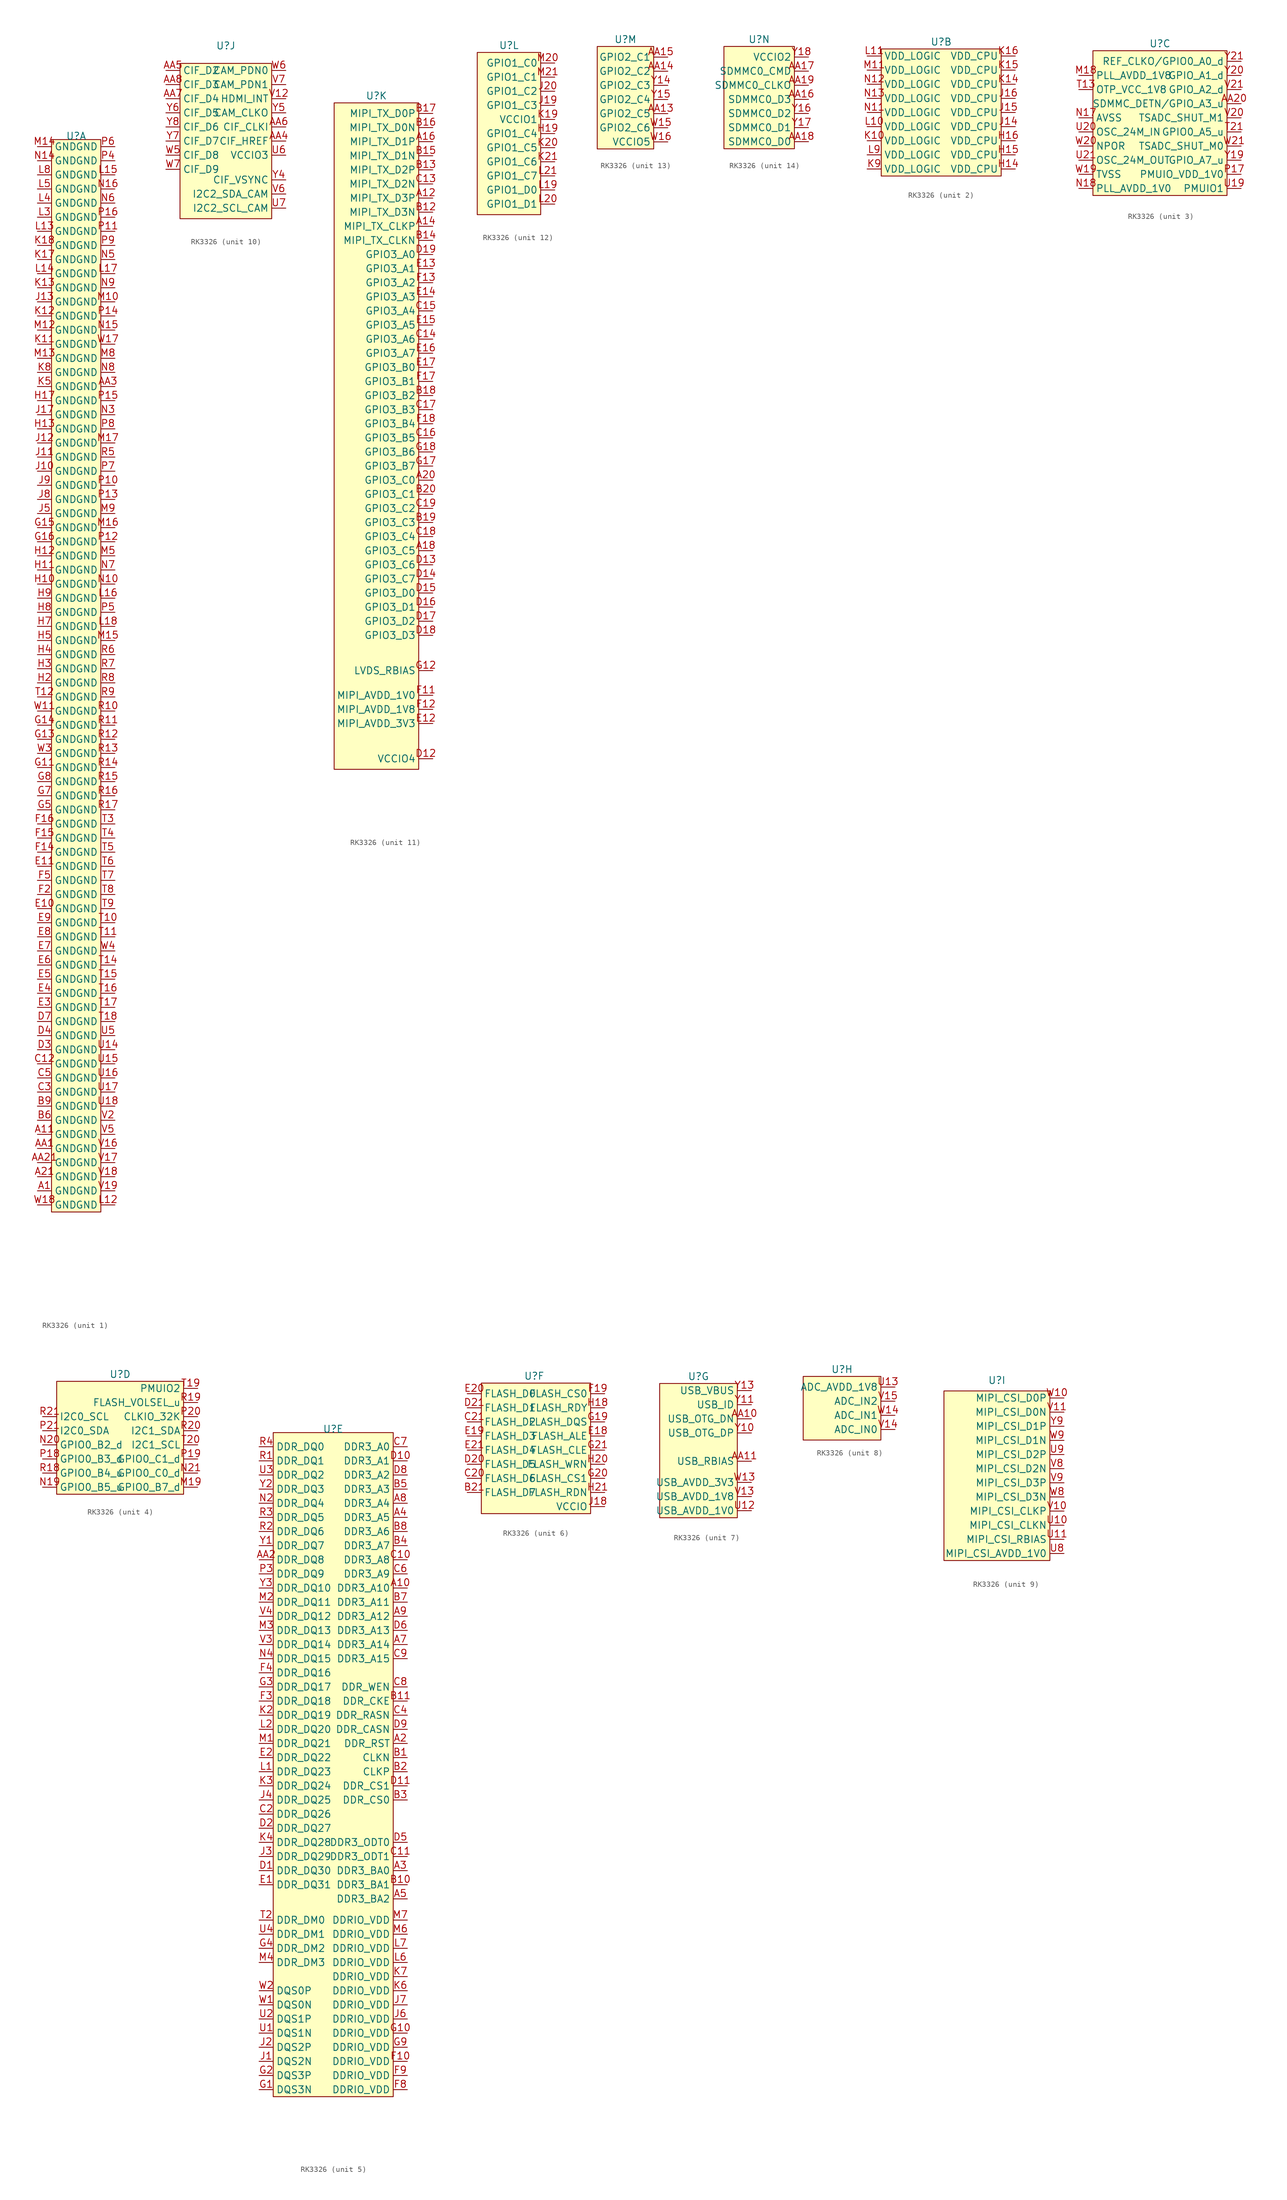
<source format=kicad_sym>
(kicad_symbol_lib
  (version 20220914)
  (generator kicad_symbol_editor)
  (symbol "RK3326"
    (property "Reference" "U"
      (at 0 0 0)
      (effects (font (size 1.27 1.27))))
    (property "Value" ""
      (at 0 0 0)
      (effects (font (size 1.27 1.27))))
    (symbol "RK3326_1_1"
      (rectangle (start -4.445 -0.635) (end 4.445 -193.675) (stroke (width 0) (type default)) (fill (type background)))
      (pin passive line (at -6.985 -189.865 0) (length 2.54) (name "GND" (effects (font (size 1.27 1.27)))) (number "A1" (effects (font (size 1.27 1.27)))))
      (pin passive line (at -6.985 -179.705 0) (length 2.54) (name "GND" (effects (font (size 1.27 1.27)))) (number "A11" (effects (font (size 1.27 1.27)))))
      (pin passive line (at -6.985 -187.325 0) (length 2.54) (name "GND" (effects (font (size 1.27 1.27)))) (number "A21" (effects (font (size 1.27 1.27)))))
      (pin passive line (at -6.985 -182.245 0) (length 2.54) (name "GND" (effects (font (size 1.27 1.27)))) (number "AA1" (effects (font (size 1.27 1.27)))))
      (pin passive line (at -6.985 -184.785 0) (length 2.54) (name "GND" (effects (font (size 1.27 1.27)))) (number "AA21" (effects (font (size 1.27 1.27)))))
      (pin passive line (at 6.985 -45.085 180) (length 2.54) (name "GND" (effects (font (size 1.27 1.27)))) (number "AA3" (effects (font (size 1.27 1.27)))))
      (pin passive line (at -6.985 -177.165 0) (length 2.54) (name "GND" (effects (font (size 1.27 1.27)))) (number "B6" (effects (font (size 1.27 1.27)))))
      (pin passive line (at -6.985 -174.625 0) (length 2.54) (name "GND" (effects (font (size 1.27 1.27)))) (number "B9" (effects (font (size 1.27 1.27)))))
      (pin passive line (at -6.985 -167.005 0) (length 2.54) (name "GND" (effects (font (size 1.27 1.27)))) (number "C12" (effects (font (size 1.27 1.27)))))
      (pin passive line (at -6.985 -172.085 0) (length 2.54) (name "GND" (effects (font (size 1.27 1.27)))) (number "C3" (effects (font (size 1.27 1.27)))))
      (pin passive line (at -6.985 -169.545 0) (length 2.54) (name "GND" (effects (font (size 1.27 1.27)))) (number "C5" (effects (font (size 1.27 1.27)))))
      (pin passive line (at -6.985 -164.465 0) (length 2.54) (name "GND" (effects (font (size 1.27 1.27)))) (number "D3" (effects (font (size 1.27 1.27)))))
      (pin passive line (at -6.985 -161.925 0) (length 2.54) (name "GND" (effects (font (size 1.27 1.27)))) (number "D4" (effects (font (size 1.27 1.27)))))
      (pin passive line (at -6.985 -159.385 0) (length 2.54) (name "GND" (effects (font (size 1.27 1.27)))) (number "D7" (effects (font (size 1.27 1.27)))))
      (pin passive line (at -6.985 -139.065 0) (length 2.54) (name "GND" (effects (font (size 1.27 1.27)))) (number "E10" (effects (font (size 1.27 1.27)))))
      (pin passive line (at -6.985 -131.445 0) (length 2.54) (name "GND" (effects (font (size 1.27 1.27)))) (number "E11" (effects (font (size 1.27 1.27)))))
      (pin passive line (at -6.985 -156.845 0) (length 2.54) (name "GND" (effects (font (size 1.27 1.27)))) (number "E3" (effects (font (size 1.27 1.27)))))
      (pin passive line (at -6.985 -154.305 0) (length 2.54) (name "GND" (effects (font (size 1.27 1.27)))) (number "E4" (effects (font (size 1.27 1.27)))))
      (pin passive line (at -6.985 -151.765 0) (length 2.54) (name "GND" (effects (font (size 1.27 1.27)))) (number "E5" (effects (font (size 1.27 1.27)))))
      (pin passive line (at -6.985 -149.225 0) (length 2.54) (name "GND" (effects (font (size 1.27 1.27)))) (number "E6" (effects (font (size 1.27 1.27)))))
      (pin passive line (at -6.985 -146.685 0) (length 2.54) (name "GND" (effects (font (size 1.27 1.27)))) (number "E7" (effects (font (size 1.27 1.27)))))
      (pin passive line (at -6.985 -144.145 0) (length 2.54) (name "GND" (effects (font (size 1.27 1.27)))) (number "E8" (effects (font (size 1.27 1.27)))))
      (pin passive line (at -6.985 -141.605 0) (length 2.54) (name "GND" (effects (font (size 1.27 1.27)))) (number "E9" (effects (font (size 1.27 1.27)))))
      (pin passive line (at -6.985 -128.905 0) (length 2.54) (name "GND" (effects (font (size 1.27 1.27)))) (number "F14" (effects (font (size 1.27 1.27)))))
      (pin passive line (at -6.985 -126.365 0) (length 2.54) (name "GND" (effects (font (size 1.27 1.27)))) (number "F15" (effects (font (size 1.27 1.27)))))
      (pin passive line (at -6.985 -123.825 0) (length 2.54) (name "GND" (effects (font (size 1.27 1.27)))) (number "F16" (effects (font (size 1.27 1.27)))))
      (pin passive line (at -6.985 -136.525 0) (length 2.54) (name "GND" (effects (font (size 1.27 1.27)))) (number "F2" (effects (font (size 1.27 1.27)))))
      (pin passive line (at -6.985 -133.985 0) (length 2.54) (name "GND" (effects (font (size 1.27 1.27)))) (number "F5" (effects (font (size 1.27 1.27)))))
      (pin passive line (at -6.985 -113.665 0) (length 2.54) (name "GND" (effects (font (size 1.27 1.27)))) (number "G11" (effects (font (size 1.27 1.27)))))
      (pin passive line (at -6.985 -108.585 0) (length 2.54) (name "GND" (effects (font (size 1.27 1.27)))) (number "G13" (effects (font (size 1.27 1.27)))))
      (pin passive line (at -6.985 -106.045 0) (length 2.54) (name "GND" (effects (font (size 1.27 1.27)))) (number "G14" (effects (font (size 1.27 1.27)))))
      (pin passive line (at -6.985 -70.485 0) (length 2.54) (name "GND" (effects (font (size 1.27 1.27)))) (number "G15" (effects (font (size 1.27 1.27)))))
      (pin passive line (at -6.985 -73.025 0) (length 2.54) (name "GND" (effects (font (size 1.27 1.27)))) (number "G16" (effects (font (size 1.27 1.27)))))
      (pin passive line (at -6.985 -121.285 0) (length 2.54) (name "GND" (effects (font (size 1.27 1.27)))) (number "G5" (effects (font (size 1.27 1.27)))))
      (pin passive line (at -6.985 -118.745 0) (length 2.54) (name "GND" (effects (font (size 1.27 1.27)))) (number "G7" (effects (font (size 1.27 1.27)))))
      (pin passive line (at -6.985 -116.205 0) (length 2.54) (name "GND" (effects (font (size 1.27 1.27)))) (number "G8" (effects (font (size 1.27 1.27)))))
      (pin passive line (at -6.985 -80.645 0) (length 2.54) (name "GND" (effects (font (size 1.27 1.27)))) (number "H10" (effects (font (size 1.27 1.27)))))
      (pin passive line (at -6.985 -78.105 0) (length 2.54) (name "GND" (effects (font (size 1.27 1.27)))) (number "H11" (effects (font (size 1.27 1.27)))))
      (pin passive line (at -6.985 -75.565 0) (length 2.54) (name "GND" (effects (font (size 1.27 1.27)))) (number "H12" (effects (font (size 1.27 1.27)))))
      (pin passive line (at -6.985 -52.705 0) (length 2.54) (name "GND" (effects (font (size 1.27 1.27)))) (number "H13" (effects (font (size 1.27 1.27)))))
      (pin passive line (at -6.985 -47.625 0) (length 2.54) (name "GND" (effects (font (size 1.27 1.27)))) (number "H17" (effects (font (size 1.27 1.27)))))
      (pin passive line (at -6.985 -98.425 0) (length 2.54) (name "GND" (effects (font (size 1.27 1.27)))) (number "H2" (effects (font (size 1.27 1.27)))))
      (pin passive line (at -6.985 -95.885 0) (length 2.54) (name "GND" (effects (font (size 1.27 1.27)))) (number "H3" (effects (font (size 1.27 1.27)))))
      (pin passive line (at -6.985 -93.345 0) (length 2.54) (name "GND" (effects (font (size 1.27 1.27)))) (number "H4" (effects (font (size 1.27 1.27)))))
      (pin passive line (at -6.985 -90.805 0) (length 2.54) (name "GND" (effects (font (size 1.27 1.27)))) (number "H5" (effects (font (size 1.27 1.27)))))
      (pin passive line (at -6.985 -88.265 0) (length 2.54) (name "GND" (effects (font (size 1.27 1.27)))) (number "H7" (effects (font (size 1.27 1.27)))))
      (pin passive line (at -6.985 -85.725 0) (length 2.54) (name "GND" (effects (font (size 1.27 1.27)))) (number "H8" (effects (font (size 1.27 1.27)))))
      (pin passive line (at -6.985 -83.185 0) (length 2.54) (name "GND" (effects (font (size 1.27 1.27)))) (number "H9" (effects (font (size 1.27 1.27)))))
      (pin passive line (at -6.985 -60.325 0) (length 2.54) (name "GND" (effects (font (size 1.27 1.27)))) (number "J10" (effects (font (size 1.27 1.27)))))
      (pin passive line (at -6.985 -57.785 0) (length 2.54) (name "GND" (effects (font (size 1.27 1.27)))) (number "J11" (effects (font (size 1.27 1.27)))))
      (pin passive line (at -6.985 -55.245 0) (length 2.54) (name "GND" (effects (font (size 1.27 1.27)))) (number "J12" (effects (font (size 1.27 1.27)))))
      (pin passive line (at -6.985 -29.845 0) (length 2.54) (name "GND" (effects (font (size 1.27 1.27)))) (number "J13" (effects (font (size 1.27 1.27)))))
      (pin passive line (at -6.985 -50.165 0) (length 2.54) (name "GND" (effects (font (size 1.27 1.27)))) (number "J17" (effects (font (size 1.27 1.27)))))
      (pin passive line (at -6.985 -67.945 0) (length 2.54) (name "GND" (effects (font (size 1.27 1.27)))) (number "J5" (effects (font (size 1.27 1.27)))))
      (pin passive line (at -6.985 -65.405 0) (length 2.54) (name "GND" (effects (font (size 1.27 1.27)))) (number "J8" (effects (font (size 1.27 1.27)))))
      (pin passive line (at -6.985 -62.865 0) (length 2.54) (name "GND" (effects (font (size 1.27 1.27)))) (number "J9" (effects (font (size 1.27 1.27)))))
      (pin passive line (at -6.985 -37.465 0) (length 2.54) (name "GND" (effects (font (size 1.27 1.27)))) (number "K11" (effects (font (size 1.27 1.27)))))
      (pin passive line (at -6.985 -32.385 0) (length 2.54) (name "GND" (effects (font (size 1.27 1.27)))) (number "K12" (effects (font (size 1.27 1.27)))))
      (pin passive line (at -6.985 -27.305 0) (length 2.54) (name "GND" (effects (font (size 1.27 1.27)))) (number "K13" (effects (font (size 1.27 1.27)))))
      (pin passive line (at -6.985 -22.225 0) (length 2.54) (name "GND" (effects (font (size 1.27 1.27)))) (number "K17" (effects (font (size 1.27 1.27)))))
      (pin passive line (at -6.985 -19.685 0) (length 2.54) (name "GND" (effects (font (size 1.27 1.27)))) (number "K18" (effects (font (size 1.27 1.27)))))
      (pin passive line (at -6.985 -45.085 0) (length 2.54) (name "GND" (effects (font (size 1.27 1.27)))) (number "K5" (effects (font (size 1.27 1.27)))))
      (pin passive line (at -6.985 -42.545 0) (length 2.54) (name "GND" (effects (font (size 1.27 1.27)))) (number "K8" (effects (font (size 1.27 1.27)))))
      (pin passive line (at 6.985 -192.405 180) (length 2.54) (name "GND" (effects (font (size 1.27 1.27)))) (number "L12" (effects (font (size 1.27 1.27)))))
      (pin passive line (at -6.985 -17.145 0) (length 2.54) (name "GND" (effects (font (size 1.27 1.27)))) (number "L13" (effects (font (size 1.27 1.27)))))
      (pin passive line (at -6.985 -24.765 0) (length 2.54) (name "GND" (effects (font (size 1.27 1.27)))) (number "L14" (effects (font (size 1.27 1.27)))))
      (pin passive line (at 6.985 -6.985 180) (length 2.54) (name "GND" (effects (font (size 1.27 1.27)))) (number "L15" (effects (font (size 1.27 1.27)))))
      (pin passive line (at 6.985 -83.185 180) (length 2.54) (name "GND" (effects (font (size 1.27 1.27)))) (number "L16" (effects (font (size 1.27 1.27)))))
      (pin passive line (at 6.985 -24.765 180) (length 2.54) (name "GND" (effects (font (size 1.27 1.27)))) (number "L17" (effects (font (size 1.27 1.27)))))
      (pin passive line (at 6.985 -88.265 180) (length 2.54) (name "GND" (effects (font (size 1.27 1.27)))) (number "L18" (effects (font (size 1.27 1.27)))))
      (pin passive line (at -6.985 -14.605 0) (length 2.54) (name "GND" (effects (font (size 1.27 1.27)))) (number "L3" (effects (font (size 1.27 1.27)))))
      (pin passive line (at -6.985 -12.065 0) (length 2.54) (name "GND" (effects (font (size 1.27 1.27)))) (number "L4" (effects (font (size 1.27 1.27)))))
      (pin passive line (at -6.985 -9.525 0) (length 2.54) (name "GND" (effects (font (size 1.27 1.27)))) (number "L5" (effects (font (size 1.27 1.27)))))
      (pin passive line (at -6.985 -6.985 0) (length 2.54) (name "GND" (effects (font (size 1.27 1.27)))) (number "L8" (effects (font (size 1.27 1.27)))))
      (pin passive line (at 6.985 -29.845 180) (length 2.54) (name "GND" (effects (font (size 1.27 1.27)))) (number "M10" (effects (font (size 1.27 1.27)))))
      (pin passive line (at -6.985 -34.925 0) (length 2.54) (name "GND" (effects (font (size 1.27 1.27)))) (number "M12" (effects (font (size 1.27 1.27)))))
      (pin passive line (at -6.985 -40.005 0) (length 2.54) (name "GND" (effects (font (size 1.27 1.27)))) (number "M13" (effects (font (size 1.27 1.27)))))
      (pin passive line (at -6.985 -1.905 0) (length 2.54) (name "GND" (effects (font (size 1.27 1.27)))) (number "M14" (effects (font (size 1.27 1.27)))))
      (pin passive line (at 6.985 -90.805 180) (length 2.54) (name "GND" (effects (font (size 1.27 1.27)))) (number "M15" (effects (font (size 1.27 1.27)))))
      (pin passive line (at 6.985 -70.485 180) (length 2.54) (name "GND" (effects (font (size 1.27 1.27)))) (number "M16" (effects (font (size 1.27 1.27)))))
      (pin passive line (at 6.985 -55.245 180) (length 2.54) (name "GND" (effects (font (size 1.27 1.27)))) (number "M17" (effects (font (size 1.27 1.27)))))
      (pin passive line (at 6.985 -75.565 180) (length 2.54) (name "GND" (effects (font (size 1.27 1.27)))) (number "M5" (effects (font (size 1.27 1.27)))))
      (pin passive line (at 6.985 -40.005 180) (length 2.54) (name "GND" (effects (font (size 1.27 1.27)))) (number "M8" (effects (font (size 1.27 1.27)))))
      (pin passive line (at 6.985 -67.945 180) (length 2.54) (name "GND" (effects (font (size 1.27 1.27)))) (number "M9" (effects (font (size 1.27 1.27)))))
      (pin passive line (at 6.985 -80.645 180) (length 2.54) (name "GND" (effects (font (size 1.27 1.27)))) (number "N10" (effects (font (size 1.27 1.27)))))
      (pin passive line (at -6.985 -4.445 0) (length 2.54) (name "GND" (effects (font (size 1.27 1.27)))) (number "N14" (effects (font (size 1.27 1.27)))))
      (pin passive line (at 6.985 -34.925 180) (length 2.54) (name "GND" (effects (font (size 1.27 1.27)))) (number "N15" (effects (font (size 1.27 1.27)))))
      (pin passive line (at 6.985 -9.525 180) (length 2.54) (name "GND" (effects (font (size 1.27 1.27)))) (number "N16" (effects (font (size 1.27 1.27)))))
      (pin passive line (at 6.985 -50.165 180) (length 2.54) (name "GND" (effects (font (size 1.27 1.27)))) (number "N3" (effects (font (size 1.27 1.27)))))
      (pin passive line (at 6.985 -22.225 180) (length 2.54) (name "GND" (effects (font (size 1.27 1.27)))) (number "N5" (effects (font (size 1.27 1.27)))))
      (pin passive line (at 6.985 -12.065 180) (length 2.54) (name "GND" (effects (font (size 1.27 1.27)))) (number "N6" (effects (font (size 1.27 1.27)))))
      (pin passive line (at 6.985 -78.105 180) (length 2.54) (name "GND" (effects (font (size 1.27 1.27)))) (number "N7" (effects (font (size 1.27 1.27)))))
      (pin passive line (at 6.985 -42.545 180) (length 2.54) (name "GND" (effects (font (size 1.27 1.27)))) (number "N8" (effects (font (size 1.27 1.27)))))
      (pin passive line (at 6.985 -27.305 180) (length 2.54) (name "GND" (effects (font (size 1.27 1.27)))) (number "N9" (effects (font (size 1.27 1.27)))))
      (pin passive line (at 6.985 -62.865 180) (length 2.54) (name "GND" (effects (font (size 1.27 1.27)))) (number "P10" (effects (font (size 1.27 1.27)))))
      (pin passive line (at 6.985 -17.145 180) (length 2.54) (name "GND" (effects (font (size 1.27 1.27)))) (number "P11" (effects (font (size 1.27 1.27)))))
      (pin passive line (at 6.985 -73.025 180) (length 2.54) (name "GND" (effects (font (size 1.27 1.27)))) (number "P12" (effects (font (size 1.27 1.27)))))
      (pin passive line (at 6.985 -65.405 180) (length 2.54) (name "GND" (effects (font (size 1.27 1.27)))) (number "P13" (effects (font (size 1.27 1.27)))))
      (pin passive line (at 6.985 -32.385 180) (length 2.54) (name "GND" (effects (font (size 1.27 1.27)))) (number "P14" (effects (font (size 1.27 1.27)))))
      (pin passive line (at 6.985 -47.625 180) (length 2.54) (name "GND" (effects (font (size 1.27 1.27)))) (number "P15" (effects (font (size 1.27 1.27)))))
      (pin passive line (at 6.985 -14.605 180) (length 2.54) (name "GND" (effects (font (size 1.27 1.27)))) (number "P16" (effects (font (size 1.27 1.27)))))
      (pin passive line (at 6.985 -4.445 180) (length 2.54) (name "GND" (effects (font (size 1.27 1.27)))) (number "P4" (effects (font (size 1.27 1.27)))))
      (pin passive line (at 6.985 -85.725 180) (length 2.54) (name "GND" (effects (font (size 1.27 1.27)))) (number "P5" (effects (font (size 1.27 1.27)))))
      (pin passive line (at 6.985 -1.905 180) (length 2.54) (name "GND" (effects (font (size 1.27 1.27)))) (number "P6" (effects (font (size 1.27 1.27)))))
      (pin passive line (at 6.985 -60.325 180) (length 2.54) (name "GND" (effects (font (size 1.27 1.27)))) (number "P7" (effects (font (size 1.27 1.27)))))
      (pin passive line (at 6.985 -52.705 180) (length 2.54) (name "GND" (effects (font (size 1.27 1.27)))) (number "P8" (effects (font (size 1.27 1.27)))))
      (pin passive line (at 6.985 -19.685 180) (length 2.54) (name "GND" (effects (font (size 1.27 1.27)))) (number "P9" (effects (font (size 1.27 1.27)))))
      (pin passive line (at 6.985 -103.505 180) (length 2.54) (name "GND" (effects (font (size 1.27 1.27)))) (number "R10" (effects (font (size 1.27 1.27)))))
      (pin passive line (at 6.985 -106.045 180) (length 2.54) (name "GND" (effects (font (size 1.27 1.27)))) (number "R11" (effects (font (size 1.27 1.27)))))
      (pin passive line (at 6.985 -108.585 180) (length 2.54) (name "GND" (effects (font (size 1.27 1.27)))) (number "R12" (effects (font (size 1.27 1.27)))))
      (pin passive line (at 6.985 -111.125 180) (length 2.54) (name "GND" (effects (font (size 1.27 1.27)))) (number "R13" (effects (font (size 1.27 1.27)))))
      (pin passive line (at 6.985 -113.665 180) (length 2.54) (name "GND" (effects (font (size 1.27 1.27)))) (number "R14" (effects (font (size 1.27 1.27)))))
      (pin passive line (at 6.985 -116.205 180) (length 2.54) (name "GND" (effects (font (size 1.27 1.27)))) (number "R15" (effects (font (size 1.27 1.27)))))
      (pin passive line (at 6.985 -118.745 180) (length 2.54) (name "GND" (effects (font (size 1.27 1.27)))) (number "R16" (effects (font (size 1.27 1.27)))))
      (pin passive line (at 6.985 -121.285 180) (length 2.54) (name "GND" (effects (font (size 1.27 1.27)))) (number "R17" (effects (font (size 1.27 1.27)))))
      (pin passive line (at 6.985 -57.785 180) (length 2.54) (name "GND" (effects (font (size 1.27 1.27)))) (number "R5" (effects (font (size 1.27 1.27)))))
      (pin passive line (at 6.985 -93.345 180) (length 2.54) (name "GND" (effects (font (size 1.27 1.27)))) (number "R6" (effects (font (size 1.27 1.27)))))
      (pin passive line (at 6.985 -95.885 180) (length 2.54) (name "GND" (effects (font (size 1.27 1.27)))) (number "R7" (effects (font (size 1.27 1.27)))))
      (pin passive line (at 6.985 -98.425 180) (length 2.54) (name "GND" (effects (font (size 1.27 1.27)))) (number "R8" (effects (font (size 1.27 1.27)))))
      (pin passive line (at 6.985 -100.965 180) (length 2.54) (name "GND" (effects (font (size 1.27 1.27)))) (number "R9" (effects (font (size 1.27 1.27)))))
      (pin passive line (at 6.985 -141.605 180) (length 2.54) (name "GND" (effects (font (size 1.27 1.27)))) (number "T10" (effects (font (size 1.27 1.27)))))
      (pin passive line (at 6.985 -144.145 180) (length 2.54) (name "GND" (effects (font (size 1.27 1.27)))) (number "T11" (effects (font (size 1.27 1.27)))))
      (pin passive line (at -6.985 -100.965 0) (length 2.54) (name "GND" (effects (font (size 1.27 1.27)))) (number "T12" (effects (font (size 1.27 1.27)))))
      (pin passive line (at 6.985 -149.225 180) (length 2.54) (name "GND" (effects (font (size 1.27 1.27)))) (number "T14" (effects (font (size 1.27 1.27)))))
      (pin passive line (at 6.985 -151.765 180) (length 2.54) (name "GND" (effects (font (size 1.27 1.27)))) (number "T15" (effects (font (size 1.27 1.27)))))
      (pin passive line (at 6.985 -154.305 180) (length 2.54) (name "GND" (effects (font (size 1.27 1.27)))) (number "T16" (effects (font (size 1.27 1.27)))))
      (pin passive line (at 6.985 -156.845 180) (length 2.54) (name "GND" (effects (font (size 1.27 1.27)))) (number "T17" (effects (font (size 1.27 1.27)))))
      (pin passive line (at 6.985 -159.385 180) (length 2.54) (name "GND" (effects (font (size 1.27 1.27)))) (number "T18" (effects (font (size 1.27 1.27)))))
      (pin passive line (at 6.985 -123.825 180) (length 2.54) (name "GND" (effects (font (size 1.27 1.27)))) (number "T3" (effects (font (size 1.27 1.27)))))
      (pin passive line (at 6.985 -126.365 180) (length 2.54) (name "GND" (effects (font (size 1.27 1.27)))) (number "T4" (effects (font (size 1.27 1.27)))))
      (pin passive line (at 6.985 -128.905 180) (length 2.54) (name "GND" (effects (font (size 1.27 1.27)))) (number "T5" (effects (font (size 1.27 1.27)))))
      (pin passive line (at 6.985 -131.445 180) (length 2.54) (name "GND" (effects (font (size 1.27 1.27)))) (number "T6" (effects (font (size 1.27 1.27)))))
      (pin passive line (at 6.985 -133.985 180) (length 2.54) (name "GND" (effects (font (size 1.27 1.27)))) (number "T7" (effects (font (size 1.27 1.27)))))
      (pin passive line (at 6.985 -136.525 180) (length 2.54) (name "GND" (effects (font (size 1.27 1.27)))) (number "T8" (effects (font (size 1.27 1.27)))))
      (pin passive line (at 6.985 -139.065 180) (length 2.54) (name "GND" (effects (font (size 1.27 1.27)))) (number "T9" (effects (font (size 1.27 1.27)))))
      (pin passive line (at 6.985 -164.465 180) (length 2.54) (name "GND" (effects (font (size 1.27 1.27)))) (number "U14" (effects (font (size 1.27 1.27)))))
      (pin passive line (at 6.985 -167.005 180) (length 2.54) (name "GND" (effects (font (size 1.27 1.27)))) (number "U15" (effects (font (size 1.27 1.27)))))
      (pin passive line (at 6.985 -169.545 180) (length 2.54) (name "GND" (effects (font (size 1.27 1.27)))) (number "U16" (effects (font (size 1.27 1.27)))))
      (pin passive line (at 6.985 -172.085 180) (length 2.54) (name "GND" (effects (font (size 1.27 1.27)))) (number "U17" (effects (font (size 1.27 1.27)))))
      (pin passive line (at 6.985 -174.625 180) (length 2.54) (name "GND" (effects (font (size 1.27 1.27)))) (number "U18" (effects (font (size 1.27 1.27)))))
      (pin passive line (at 6.985 -161.925 180) (length 2.54) (name "GND" (effects (font (size 1.27 1.27)))) (number "U5" (effects (font (size 1.27 1.27)))))
      (pin passive line (at 6.985 -182.245 180) (length 2.54) (name "GND" (effects (font (size 1.27 1.27)))) (number "V16" (effects (font (size 1.27 1.27)))))
      (pin passive line (at 6.985 -184.785 180) (length 2.54) (name "GND" (effects (font (size 1.27 1.27)))) (number "V17" (effects (font (size 1.27 1.27)))))
      (pin passive line (at 6.985 -187.325 180) (length 2.54) (name "GND" (effects (font (size 1.27 1.27)))) (number "V18" (effects (font (size 1.27 1.27)))))
      (pin passive line (at 6.985 -189.865 180) (length 2.54) (name "GND" (effects (font (size 1.27 1.27)))) (number "V19" (effects (font (size 1.27 1.27)))))
      (pin passive line (at 6.985 -177.165 180) (length 2.54) (name "GND" (effects (font (size 1.27 1.27)))) (number "V2" (effects (font (size 1.27 1.27)))))
      (pin passive line (at 6.985 -179.705 180) (length 2.54) (name "GND" (effects (font (size 1.27 1.27)))) (number "V5" (effects (font (size 1.27 1.27)))))
      (pin passive line (at -6.985 -103.505 0) (length 2.54) (name "GND" (effects (font (size 1.27 1.27)))) (number "W11" (effects (font (size 1.27 1.27)))))
      (pin passive line (at 6.985 -37.465 180) (length 2.54) (name "GND" (effects (font (size 1.27 1.27)))) (number "W17" (effects (font (size 1.27 1.27)))))
      (pin passive line (at -6.985 -192.405 0) (length 2.54) (name "GND" (effects (font (size 1.27 1.27)))) (number "W18" (effects (font (size 1.27 1.27)))))
      (pin passive line (at -6.985 -111.125 0) (length 2.54) (name "GND" (effects (font (size 1.27 1.27)))) (number "W3" (effects (font (size 1.27 1.27)))))
      (pin passive line (at 6.985 -146.685 180) (length 2.54) (name "GND" (effects (font (size 1.27 1.27)))) (number "W4" (effects (font (size 1.27 1.27))))))
    (symbol "RK3326_2_1"
      (rectangle (start -10.795 -1.27) (end 10.795 -24.13) (stroke (width 0) (type default)) (fill (type background)))
      (pin passive line (at 13.335 -22.86 180) (length 2.54) (name "VDD_CPU" (effects (font (size 1.27 1.27)))) (number "H14" (effects (font (size 1.27 1.27)))))
      (pin passive line (at 13.335 -20.32 180) (length 2.54) (name "VDD_CPU" (effects (font (size 1.27 1.27)))) (number "H15" (effects (font (size 1.27 1.27)))))
      (pin passive line (at 13.335 -17.78 180) (length 2.54) (name "VDD_CPU" (effects (font (size 1.27 1.27)))) (number "H16" (effects (font (size 1.27 1.27)))))
      (pin passive line (at 13.335 -15.24 180) (length 2.54) (name "VDD_CPU" (effects (font (size 1.27 1.27)))) (number "J14" (effects (font (size 1.27 1.27)))))
      (pin passive line (at 13.335 -12.7 180) (length 2.54) (name "VDD_CPU" (effects (font (size 1.27 1.27)))) (number "J15" (effects (font (size 1.27 1.27)))))
      (pin passive line (at 13.335 -10.16 180) (length 2.54) (name "VDD_CPU" (effects (font (size 1.27 1.27)))) (number "J16" (effects (font (size 1.27 1.27)))))
      (pin passive line (at -13.335 -17.78 0) (length 2.54) (name "VDD_LOGIC" (effects (font (size 1.27 1.27)))) (number "K10" (effects (font (size 1.27 1.27)))))
      (pin passive line (at 13.335 -7.62 180) (length 2.54) (name "VDD_CPU" (effects (font (size 1.27 1.27)))) (number "K14" (effects (font (size 1.27 1.27)))))
      (pin passive line (at 13.335 -5.08 180) (length 2.54) (name "VDD_CPU" (effects (font (size 1.27 1.27)))) (number "K15" (effects (font (size 1.27 1.27)))))
      (pin passive line (at 13.335 -2.54 180) (length 2.54) (name "VDD_CPU" (effects (font (size 1.27 1.27)))) (number "K16" (effects (font (size 1.27 1.27)))))
      (pin passive line (at -13.335 -22.86 0) (length 2.54) (name "VDD_LOGIC" (effects (font (size 1.27 1.27)))) (number "K9" (effects (font (size 1.27 1.27)))))
      (pin passive line (at -13.335 -15.24 0) (length 2.54) (name "VDD_LOGIC" (effects (font (size 1.27 1.27)))) (number "L10" (effects (font (size 1.27 1.27)))))
      (pin passive line (at -13.335 -2.54 0) (length 2.54) (name "VDD_LOGIC" (effects (font (size 1.27 1.27)))) (number "L11" (effects (font (size 1.27 1.27)))))
      (pin passive line (at -13.335 -20.32 0) (length 2.54) (name "VDD_LOGIC" (effects (font (size 1.27 1.27)))) (number "L9" (effects (font (size 1.27 1.27)))))
      (pin passive line (at -13.335 -5.08 0) (length 2.54) (name "VDD_LOGIC" (effects (font (size 1.27 1.27)))) (number "M11" (effects (font (size 1.27 1.27)))))
      (pin passive line (at -13.335 -12.7 0) (length 2.54) (name "VDD_LOGIC" (effects (font (size 1.27 1.27)))) (number "N11" (effects (font (size 1.27 1.27)))))
      (pin passive line (at -13.335 -7.62 0) (length 2.54) (name "VDD_LOGIC" (effects (font (size 1.27 1.27)))) (number "N12" (effects (font (size 1.27 1.27)))))
      (pin passive line (at -13.335 -10.16 0) (length 2.54) (name "VDD_LOGIC" (effects (font (size 1.27 1.27)))) (number "N13" (effects (font (size 1.27 1.27))))))
    (symbol "RK3326_3_1"
      (rectangle (start -12.065 -1.27) (end 12.065 -27.305) (stroke (width 0) (type default)) (fill (type background)))
      (pin bidirectional line (at 14.605 -10.795 180) (length 2.54) (name "SDMMC_DETN/GPIO_A3_u" (effects (font (size 1.27 1.27)))) (number "AA20" (effects (font (size 1.27 1.27)))))
      (pin passive line (at -14.605 -5.715 0) (length 2.54) (name "PLL_AVDD_1V8" (effects (font (size 1.27 1.27)))) (number "M18" (effects (font (size 1.27 1.27)))))
      (pin passive line (at -14.605 -13.335 0) (length 2.54) (name "AVSS" (effects (font (size 1.27 1.27)))) (number "N17" (effects (font (size 1.27 1.27)))))
      (pin passive line (at -14.605 -26.035 0) (length 2.54) (name "PLL_AVDD_1V0" (effects (font (size 1.27 1.27)))) (number "N18" (effects (font (size 1.27 1.27)))))
      (pin passive line (at 14.605 -23.495 180) (length 2.54) (name "PMUIO_VDD_1V0" (effects (font (size 1.27 1.27)))) (number "P17" (effects (font (size 1.27 1.27)))))
      (pin passive line (at -14.605 -8.255 0) (length 2.54) (name "OTP_VCC_1V8" (effects (font (size 1.27 1.27)))) (number "T13" (effects (font (size 1.27 1.27)))))
      (pin bidirectional line (at 14.605 -15.875 180) (length 2.54) (name "GPIO0_A5_u" (effects (font (size 1.27 1.27)))) (number "T21" (effects (font (size 1.27 1.27)))))
      (pin passive line (at 14.605 -26.035 180) (length 2.54) (name "PMUIO1" (effects (font (size 1.27 1.27)))) (number "U19" (effects (font (size 1.27 1.27)))))
      (pin input line (at -14.605 -15.875 0) (length 2.54) (name "OSC_24M_IN" (effects (font (size 1.27 1.27)))) (number "U20" (effects (font (size 1.27 1.27)))))
      (pin input line (at -14.605 -20.955 0) (length 2.54) (name "OSC_24M_OUT" (effects (font (size 1.27 1.27)))) (number "U21" (effects (font (size 1.27 1.27)))))
      (pin bidirectional line (at 14.605 -13.335 180) (length 2.54) (name "TSADC_SHUT_M1" (effects (font (size 1.27 1.27)))) (number "V20" (effects (font (size 1.27 1.27)))))
      (pin bidirectional line (at 14.605 -8.255 180) (length 2.54) (name "GPIO_A2_d" (effects (font (size 1.27 1.27)))) (number "V21" (effects (font (size 1.27 1.27)))))
      (pin passive line (at -14.605 -23.495 0) (length 2.54) (name "TVSS" (effects (font (size 1.27 1.27)))) (number "W19" (effects (font (size 1.27 1.27)))))
      (pin input line (at -14.605 -18.415 0) (length 2.54) (name "NPOR" (effects (font (size 1.27 1.27)))) (number "W20" (effects (font (size 1.27 1.27)))))
      (pin bidirectional line (at 14.605 -18.415 180) (length 2.54) (name "TSADC_SHUT_M0" (effects (font (size 1.27 1.27)))) (number "W21" (effects (font (size 1.27 1.27)))))
      (pin bidirectional line (at 14.605 -20.955 180) (length 2.54) (name "GPIO_A7_u" (effects (font (size 1.27 1.27)))) (number "Y19" (effects (font (size 1.27 1.27)))))
      (pin bidirectional line (at 14.605 -5.715 180) (length 2.54) (name "GPIO_A1_d" (effects (font (size 1.27 1.27)))) (number "Y20" (effects (font (size 1.27 1.27)))))
      (pin bidirectional line (at 14.605 -3.175 180) (length 2.54) (name "REF_CLKO/GPIO0_A0_d" (effects (font (size 1.27 1.27)))) (number "Y21" (effects (font (size 1.27 1.27))))))
    (symbol "RK3326_4_1"
      (rectangle (start -11.43 -1.27) (end 11.43 -21.59) (stroke (width 0) (type default)) (fill (type background)))
      (pin bidirectional line (at 13.97 -20.32 180) (length 2.54) (name "GPIO0_B7_d" (effects (font (size 1.27 1.27)))) (number "M19" (effects (font (size 1.27 1.27)))))
      (pin bidirectional line (at -13.97 -20.32 0) (length 2.54) (name "GPIO0_B5_u" (effects (font (size 1.27 1.27)))) (number "N19" (effects (font (size 1.27 1.27)))))
      (pin bidirectional line (at -13.97 -12.7 0) (length 2.54) (name "GPIO0_B2_d" (effects (font (size 1.27 1.27)))) (number "N20" (effects (font (size 1.27 1.27)))))
      (pin bidirectional line (at 13.97 -17.78 180) (length 2.54) (name "GPIO0_C0_d" (effects (font (size 1.27 1.27)))) (number "N21" (effects (font (size 1.27 1.27)))))
      (pin bidirectional line (at -13.97 -15.24 0) (length 2.54) (name "GPIO0_B3_d" (effects (font (size 1.27 1.27)))) (number "P18" (effects (font (size 1.27 1.27)))))
      (pin bidirectional line (at 13.97 -15.24 180) (length 2.54) (name "GPIO0_C1_d" (effects (font (size 1.27 1.27)))) (number "P19" (effects (font (size 1.27 1.27)))))
      (pin bidirectional line (at 13.97 -7.62 180) (length 2.54) (name "CLKIO_32K" (effects (font (size 1.27 1.27)))) (number "P20" (effects (font (size 1.27 1.27)))))
      (pin bidirectional line (at -13.97 -10.16 0) (length 2.54) (name "I2C0_SDA" (effects (font (size 1.27 1.27)))) (number "P21" (effects (font (size 1.27 1.27)))))
      (pin bidirectional line (at -13.97 -17.78 0) (length 2.54) (name "GPIO0_B4_u" (effects (font (size 1.27 1.27)))) (number "R18" (effects (font (size 1.27 1.27)))))
      (pin input line (at 13.97 -5.08 180) (length 2.54) (name "FLASH_VOLSEL_u" (effects (font (size 1.27 1.27)))) (number "R19" (effects (font (size 1.27 1.27)))))
      (pin bidirectional line (at 13.97 -10.16 180) (length 2.54) (name "I2C1_SDA" (effects (font (size 1.27 1.27)))) (number "R20" (effects (font (size 1.27 1.27)))))
      (pin bidirectional line (at -13.97 -7.62 0) (length 2.54) (name "I2C0_SCL" (effects (font (size 1.27 1.27)))) (number "R21" (effects (font (size 1.27 1.27)))))
      (pin passive line (at 13.97 -2.54 180) (length 2.54) (name "PMUIO2" (effects (font (size 1.27 1.27)))) (number "T19" (effects (font (size 1.27 1.27)))))
      (pin bidirectional line (at 13.97 -12.7 180) (length 2.54) (name "I2C1_SCL" (effects (font (size 1.27 1.27)))) (number "T20" (effects (font (size 1.27 1.27))))))
    (symbol "RK3326_5_1"
      (rectangle (start -10.795 -0.635) (end 10.795 -120.015) (stroke (width 0) (type default)) (fill (type background)))
      (pin bidirectional line (at 13.335 -28.575 180) (length 2.54) (name "DDR3_A10" (effects (font (size 1.27 1.27)))) (number "A10" (effects (font (size 1.27 1.27)))))
      (pin output line (at 13.335 -56.515 180) (length 2.54) (name "DDR_RST" (effects (font (size 1.27 1.27)))) (number "A2" (effects (font (size 1.27 1.27)))))
      (pin bidirectional line (at 13.335 -79.375 180) (length 2.54) (name "DDR3_BA0" (effects (font (size 1.27 1.27)))) (number "A3" (effects (font (size 1.27 1.27)))))
      (pin bidirectional line (at 13.335 -15.875 180) (length 2.54) (name "DDR3_A5" (effects (font (size 1.27 1.27)))) (number "A4" (effects (font (size 1.27 1.27)))))
      (pin bidirectional line (at 13.335 -84.455 180) (length 2.54) (name "DDR3_BA2" (effects (font (size 1.27 1.27)))) (number "A5" (effects (font (size 1.27 1.27)))))
      (pin bidirectional line (at 13.335 -38.735 180) (length 2.54) (name "DDR3_A14" (effects (font (size 1.27 1.27)))) (number "A7" (effects (font (size 1.27 1.27)))))
      (pin bidirectional line (at 13.335 -13.335 180) (length 2.54) (name "DDR3_A4" (effects (font (size 1.27 1.27)))) (number "A8" (effects (font (size 1.27 1.27)))))
      (pin bidirectional line (at 13.335 -33.655 180) (length 2.54) (name "DDR3_A12" (effects (font (size 1.27 1.27)))) (number "A9" (effects (font (size 1.27 1.27)))))
      (pin bidirectional line (at -13.335 -23.495 0) (length 2.54) (name "DDR_DQ8" (effects (font (size 1.27 1.27)))) (number "AA2" (effects (font (size 1.27 1.27)))))
      (pin bidirectional line (at 13.335 -59.055 180) (length 2.54) (name "CLKN" (effects (font (size 1.27 1.27)))) (number "B1" (effects (font (size 1.27 1.27)))))
      (pin bidirectional line (at 13.335 -81.915 180) (length 2.54) (name "DDR3_BA1" (effects (font (size 1.27 1.27)))) (number "B10" (effects (font (size 1.27 1.27)))))
      (pin output line (at 13.335 -48.895 180) (length 2.54) (name "DDR_CKE" (effects (font (size 1.27 1.27)))) (number "B11" (effects (font (size 1.27 1.27)))))
      (pin bidirectional line (at 13.335 -61.595 180) (length 2.54) (name "CLKP" (effects (font (size 1.27 1.27)))) (number "B2" (effects (font (size 1.27 1.27)))))
      (pin output line (at 13.335 -66.675 180) (length 2.54) (name "DDR_CS0" (effects (font (size 1.27 1.27)))) (number "B3" (effects (font (size 1.27 1.27)))))
      (pin bidirectional line (at 13.335 -20.955 180) (length 2.54) (name "DDR3_A7" (effects (font (size 1.27 1.27)))) (number "B4" (effects (font (size 1.27 1.27)))))
      (pin bidirectional line (at 13.335 -10.795 180) (length 2.54) (name "DDR3_A3" (effects (font (size 1.27 1.27)))) (number "B5" (effects (font (size 1.27 1.27)))))
      (pin bidirectional line (at 13.335 -31.115 180) (length 2.54) (name "DDR3_A11" (effects (font (size 1.27 1.27)))) (number "B7" (effects (font (size 1.27 1.27)))))
      (pin bidirectional line (at 13.335 -18.415 180) (length 2.54) (name "DDR3_A6" (effects (font (size 1.27 1.27)))) (number "B8" (effects (font (size 1.27 1.27)))))
      (pin bidirectional line (at 13.335 -23.495 180) (length 2.54) (name "DDR3_A8" (effects (font (size 1.27 1.27)))) (number "C10" (effects (font (size 1.27 1.27)))))
      (pin bidirectional line (at 13.335 -76.835 180) (length 2.54) (name "DDR3_ODT1" (effects (font (size 1.27 1.27)))) (number "C11" (effects (font (size 1.27 1.27)))))
      (pin bidirectional line (at -13.335 -69.215 0) (length 2.54) (name "DDR_DQ26" (effects (font (size 1.27 1.27)))) (number "C2" (effects (font (size 1.27 1.27)))))
      (pin output line (at 13.335 -51.435 180) (length 2.54) (name "DDR_RASN" (effects (font (size 1.27 1.27)))) (number "C4" (effects (font (size 1.27 1.27)))))
      (pin bidirectional line (at 13.335 -26.035 180) (length 2.54) (name "DDR3_A9" (effects (font (size 1.27 1.27)))) (number "C6" (effects (font (size 1.27 1.27)))))
      (pin bidirectional line (at 13.335 -3.175 180) (length 2.54) (name "DDR3_A0" (effects (font (size 1.27 1.27)))) (number "C7" (effects (font (size 1.27 1.27)))))
      (pin output line (at 13.335 -46.355 180) (length 2.54) (name "DDR_WEN" (effects (font (size 1.27 1.27)))) (number "C8" (effects (font (size 1.27 1.27)))))
      (pin bidirectional line (at 13.335 -41.275 180) (length 2.54) (name "DDR3_A15" (effects (font (size 1.27 1.27)))) (number "C9" (effects (font (size 1.27 1.27)))))
      (pin bidirectional line (at -13.335 -79.375 0) (length 2.54) (name "DDR_DQ30" (effects (font (size 1.27 1.27)))) (number "D1" (effects (font (size 1.27 1.27)))))
      (pin bidirectional line (at 13.335 -5.715 180) (length 2.54) (name "DDR3_A1" (effects (font (size 1.27 1.27)))) (number "D10" (effects (font (size 1.27 1.27)))))
      (pin output line (at 13.335 -64.135 180) (length 2.54) (name "DDR_CS1" (effects (font (size 1.27 1.27)))) (number "D11" (effects (font (size 1.27 1.27)))))
      (pin bidirectional line (at -13.335 -71.755 0) (length 2.54) (name "DDR_DQ27" (effects (font (size 1.27 1.27)))) (number "D2" (effects (font (size 1.27 1.27)))))
      (pin bidirectional line (at 13.335 -74.295 180) (length 2.54) (name "DDR3_ODT0" (effects (font (size 1.27 1.27)))) (number "D5" (effects (font (size 1.27 1.27)))))
      (pin bidirectional line (at 13.335 -36.195 180) (length 2.54) (name "DDR3_A13" (effects (font (size 1.27 1.27)))) (number "D6" (effects (font (size 1.27 1.27)))))
      (pin bidirectional line (at 13.335 -8.255 180) (length 2.54) (name "DDR3_A2" (effects (font (size 1.27 1.27)))) (number "D8" (effects (font (size 1.27 1.27)))))
      (pin output line (at 13.335 -53.975 180) (length 2.54) (name "DDR_CASN" (effects (font (size 1.27 1.27)))) (number "D9" (effects (font (size 1.27 1.27)))))
      (pin bidirectional line (at -13.335 -81.915 0) (length 2.54) (name "DDR_DQ31" (effects (font (size 1.27 1.27)))) (number "E1" (effects (font (size 1.27 1.27)))))
      (pin bidirectional line (at -13.335 -59.055 0) (length 2.54) (name "DDR_DQ22" (effects (font (size 1.27 1.27)))) (number "E2" (effects (font (size 1.27 1.27)))))
      (pin passive line (at 13.335 -113.665 180) (length 2.54) (name "DDRIO_VDD" (effects (font (size 1.27 1.27)))) (number "F10" (effects (font (size 1.27 1.27)))))
      (pin bidirectional line (at -13.335 -48.895 0) (length 2.54) (name "DDR_DQ18" (effects (font (size 1.27 1.27)))) (number "F3" (effects (font (size 1.27 1.27)))))
      (pin bidirectional line (at -13.335 -43.815 0) (length 2.54) (name "DDR_DQ16" (effects (font (size 1.27 1.27)))) (number "F4" (effects (font (size 1.27 1.27)))))
      (pin passive line (at 13.335 -118.745 180) (length 2.54) (name "DDRIO_VDD" (effects (font (size 1.27 1.27)))) (number "F8" (effects (font (size 1.27 1.27)))))
      (pin passive line (at 13.335 -116.205 180) (length 2.54) (name "DDRIO_VDD" (effects (font (size 1.27 1.27)))) (number "F9" (effects (font (size 1.27 1.27)))))
      (pin bidirectional line (at -13.335 -118.745 0) (length 2.54) (name "DQS3N" (effects (font (size 1.27 1.27)))) (number "G1" (effects (font (size 1.27 1.27)))))
      (pin passive line (at 13.335 -108.585 180) (length 2.54) (name "DDRIO_VDD" (effects (font (size 1.27 1.27)))) (number "G10" (effects (font (size 1.27 1.27)))))
      (pin bidirectional line (at -13.335 -116.205 0) (length 2.54) (name "DQS3P" (effects (font (size 1.27 1.27)))) (number "G2" (effects (font (size 1.27 1.27)))))
      (pin bidirectional line (at -13.335 -46.355 0) (length 2.54) (name "DDR_DQ17" (effects (font (size 1.27 1.27)))) (number "G3" (effects (font (size 1.27 1.27)))))
      (pin bidirectional line (at -13.335 -93.345 0) (length 2.54) (name "DDR_DM2" (effects (font (size 1.27 1.27)))) (number "G4" (effects (font (size 1.27 1.27)))))
      (pin passive line (at 13.335 -111.125 180) (length 2.54) (name "DDRIO_VDD" (effects (font (size 1.27 1.27)))) (number "G9" (effects (font (size 1.27 1.27)))))
      (pin bidirectional line (at -13.335 -113.665 0) (length 2.54) (name "DQS2N" (effects (font (size 1.27 1.27)))) (number "J1" (effects (font (size 1.27 1.27)))))
      (pin bidirectional line (at -13.335 -111.125 0) (length 2.54) (name "DQS2P" (effects (font (size 1.27 1.27)))) (number "J2" (effects (font (size 1.27 1.27)))))
      (pin bidirectional line (at -13.335 -76.835 0) (length 2.54) (name "DDR_DQ29" (effects (font (size 1.27 1.27)))) (number "J3" (effects (font (size 1.27 1.27)))))
      (pin bidirectional line (at -13.335 -66.675 0) (length 2.54) (name "DDR_DQ25" (effects (font (size 1.27 1.27)))) (number "J4" (effects (font (size 1.27 1.27)))))
      (pin passive line (at 13.335 -106.045 180) (length 2.54) (name "DDRIO_VDD" (effects (font (size 1.27 1.27)))) (number "J6" (effects (font (size 1.27 1.27)))))
      (pin passive line (at 13.335 -103.505 180) (length 2.54) (name "DDRIO_VDD" (effects (font (size 1.27 1.27)))) (number "J7" (effects (font (size 1.27 1.27)))))
      (pin bidirectional line (at -13.335 -51.435 0) (length 2.54) (name "DDR_DQ19" (effects (font (size 1.27 1.27)))) (number "K2" (effects (font (size 1.27 1.27)))))
      (pin bidirectional line (at -13.335 -64.135 0) (length 2.54) (name "DDR_DQ24" (effects (font (size 1.27 1.27)))) (number "K3" (effects (font (size 1.27 1.27)))))
      (pin bidirectional line (at -13.335 -74.295 0) (length 2.54) (name "DDR_DQ28" (effects (font (size 1.27 1.27)))) (number "K4" (effects (font (size 1.27 1.27)))))
      (pin passive line (at 13.335 -100.965 180) (length 2.54) (name "DDRIO_VDD" (effects (font (size 1.27 1.27)))) (number "K6" (effects (font (size 1.27 1.27)))))
      (pin passive line (at 13.335 -98.425 180) (length 2.54) (name "DDRIO_VDD" (effects (font (size 1.27 1.27)))) (number "K7" (effects (font (size 1.27 1.27)))))
      (pin bidirectional line (at -13.335 -61.595 0) (length 2.54) (name "DDR_DQ23" (effects (font (size 1.27 1.27)))) (number "L1" (effects (font (size 1.27 1.27)))))
      (pin bidirectional line (at -13.335 -53.975 0) (length 2.54) (name "DDR_DQ20" (effects (font (size 1.27 1.27)))) (number "L2" (effects (font (size 1.27 1.27)))))
      (pin passive line (at 13.335 -95.885 180) (length 2.54) (name "DDRIO_VDD" (effects (font (size 1.27 1.27)))) (number "L6" (effects (font (size 1.27 1.27)))))
      (pin passive line (at 13.335 -93.345 180) (length 2.54) (name "DDRIO_VDD" (effects (font (size 1.27 1.27)))) (number "L7" (effects (font (size 1.27 1.27)))))
      (pin bidirectional line (at -13.335 -56.515 0) (length 2.54) (name "DDR_DQ21" (effects (font (size 1.27 1.27)))) (number "M1" (effects (font (size 1.27 1.27)))))
      (pin bidirectional line (at -13.335 -31.115 0) (length 2.54) (name "DDR_DQ11" (effects (font (size 1.27 1.27)))) (number "M2" (effects (font (size 1.27 1.27)))))
      (pin bidirectional line (at -13.335 -36.195 0) (length 2.54) (name "DDR_DQ13" (effects (font (size 1.27 1.27)))) (number "M3" (effects (font (size 1.27 1.27)))))
      (pin bidirectional line (at -13.335 -95.885 0) (length 2.54) (name "DDR_DM3" (effects (font (size 1.27 1.27)))) (number "M4" (effects (font (size 1.27 1.27)))))
      (pin passive line (at 13.335 -90.805 180) (length 2.54) (name "DDRIO_VDD" (effects (font (size 1.27 1.27)))) (number "M6" (effects (font (size 1.27 1.27)))))
      (pin passive line (at 13.335 -88.265 180) (length 2.54) (name "DDRIO_VDD" (effects (font (size 1.27 1.27)))) (number "M7" (effects (font (size 1.27 1.27)))))
      (pin bidirectional line (at -13.335 -13.335 0) (length 2.54) (name "DDR_DQ4" (effects (font (size 1.27 1.27)))) (number "N2" (effects (font (size 1.27 1.27)))))
      (pin bidirectional line (at -13.335 -41.275 0) (length 2.54) (name "DDR_DQ15" (effects (font (size 1.27 1.27)))) (number "N4" (effects (font (size 1.27 1.27)))))
      (pin bidirectional line (at -13.335 -26.035 0) (length 2.54) (name "DDR_DQ9" (effects (font (size 1.27 1.27)))) (number "P3" (effects (font (size 1.27 1.27)))))
      (pin bidirectional line (at -13.335 -5.715 0) (length 2.54) (name "DDR_DQ1" (effects (font (size 1.27 1.27)))) (number "R1" (effects (font (size 1.27 1.27)))))
      (pin bidirectional line (at -13.335 -18.415 0) (length 2.54) (name "DDR_DQ6" (effects (font (size 1.27 1.27)))) (number "R2" (effects (font (size 1.27 1.27)))))
      (pin bidirectional line (at -13.335 -15.875 0) (length 2.54) (name "DDR_DQ5" (effects (font (size 1.27 1.27)))) (number "R3" (effects (font (size 1.27 1.27)))))
      (pin bidirectional line (at -13.335 -3.175 0) (length 2.54) (name "DDR_DQ0" (effects (font (size 1.27 1.27)))) (number "R4" (effects (font (size 1.27 1.27)))))
      (pin bidirectional line (at -13.335 -88.265 0) (length 2.54) (name "DDR_DM0" (effects (font (size 1.27 1.27)))) (number "T2" (effects (font (size 1.27 1.27)))))
      (pin bidirectional line (at -13.335 -108.585 0) (length 2.54) (name "DQS1N" (effects (font (size 1.27 1.27)))) (number "U1" (effects (font (size 1.27 1.27)))))
      (pin bidirectional line (at -13.335 -106.045 0) (length 2.54) (name "DQS1P" (effects (font (size 1.27 1.27)))) (number "U2" (effects (font (size 1.27 1.27)))))
      (pin bidirectional line (at -13.335 -8.255 0) (length 2.54) (name "DDR_DQ2" (effects (font (size 1.27 1.27)))) (number "U3" (effects (font (size 1.27 1.27)))))
      (pin bidirectional line (at -13.335 -90.805 0) (length 2.54) (name "DDR_DM1" (effects (font (size 1.27 1.27)))) (number "U4" (effects (font (size 1.27 1.27)))))
      (pin bidirectional line (at -13.335 -38.735 0) (length 2.54) (name "DDR_DQ14" (effects (font (size 1.27 1.27)))) (number "V3" (effects (font (size 1.27 1.27)))))
      (pin bidirectional line (at -13.335 -33.655 0) (length 2.54) (name "DDR_DQ12" (effects (font (size 1.27 1.27)))) (number "V4" (effects (font (size 1.27 1.27)))))
      (pin bidirectional line (at -13.335 -103.505 0) (length 2.54) (name "DQS0N" (effects (font (size 1.27 1.27)))) (number "W1" (effects (font (size 1.27 1.27)))))
      (pin bidirectional line (at -13.335 -100.965 0) (length 2.54) (name "DQS0P" (effects (font (size 1.27 1.27)))) (number "W2" (effects (font (size 1.27 1.27)))))
      (pin bidirectional line (at -13.335 -20.955 0) (length 2.54) (name "DDR_DQ7" (effects (font (size 1.27 1.27)))) (number "Y1" (effects (font (size 1.27 1.27)))))
      (pin bidirectional line (at -13.335 -10.795 0) (length 2.54) (name "DDR_DQ3" (effects (font (size 1.27 1.27)))) (number "Y2" (effects (font (size 1.27 1.27)))))
      (pin bidirectional line (at -13.335 -28.575 0) (length 2.54) (name "DDR_DQ10" (effects (font (size 1.27 1.27)))) (number "Y3" (effects (font (size 1.27 1.27))))))
    (symbol "RK3326_6_1"
      (rectangle (start -9.525 -1.27) (end 10.16 -24.765) (stroke (width 0) (type default)) (fill (type background)))
      (pin bidirectional line (at -12.065 -20.955 0) (length 2.54) (name "FLASH_D7" (effects (font (size 1.27 1.27)))) (number "B21" (effects (font (size 1.27 1.27)))))
      (pin bidirectional line (at -12.065 -18.415 0) (length 2.54) (name "FLASH_D6" (effects (font (size 1.27 1.27)))) (number "C20" (effects (font (size 1.27 1.27)))))
      (pin bidirectional line (at -12.065 -8.255 0) (length 2.54) (name "FLASH_D2" (effects (font (size 1.27 1.27)))) (number "C21" (effects (font (size 1.27 1.27)))))
      (pin bidirectional line (at -12.065 -15.875 0) (length 2.54) (name "FLASH_D5" (effects (font (size 1.27 1.27)))) (number "D20" (effects (font (size 1.27 1.27)))))
      (pin bidirectional line (at -12.065 -5.715 0) (length 2.54) (name "FLASH_D1" (effects (font (size 1.27 1.27)))) (number "D21" (effects (font (size 1.27 1.27)))))
      (pin bidirectional line (at 12.7 -10.795 180) (length 2.54) (name "FLASH_ALE" (effects (font (size 1.27 1.27)))) (number "E18" (effects (font (size 1.27 1.27)))))
      (pin bidirectional line (at -12.065 -10.795 0) (length 2.54) (name "FLASH_D3" (effects (font (size 1.27 1.27)))) (number "E19" (effects (font (size 1.27 1.27)))))
      (pin bidirectional line (at -12.065 -3.175 0) (length 2.54) (name "FLASH_D0" (effects (font (size 1.27 1.27)))) (number "E20" (effects (font (size 1.27 1.27)))))
      (pin bidirectional line (at -12.065 -13.335 0) (length 2.54) (name "FLASH_D4" (effects (font (size 1.27 1.27)))) (number "E21" (effects (font (size 1.27 1.27)))))
      (pin bidirectional line (at 12.7 -3.175 180) (length 2.54) (name "FLASH_CS0" (effects (font (size 1.27 1.27)))) (number "F19" (effects (font (size 1.27 1.27)))))
      (pin bidirectional line (at 12.7 -8.255 180) (length 2.54) (name "FLASH_DQS" (effects (font (size 1.27 1.27)))) (number "G19" (effects (font (size 1.27 1.27)))))
      (pin bidirectional line (at 12.7 -18.415 180) (length 2.54) (name "FLASH_CS1" (effects (font (size 1.27 1.27)))) (number "G20" (effects (font (size 1.27 1.27)))))
      (pin bidirectional line (at 12.7 -13.335 180) (length 2.54) (name "FLASH_CLE" (effects (font (size 1.27 1.27)))) (number "G21" (effects (font (size 1.27 1.27)))))
      (pin bidirectional line (at 12.7 -5.715 180) (length 2.54) (name "FLASH_RDY" (effects (font (size 1.27 1.27)))) (number "H18" (effects (font (size 1.27 1.27)))))
      (pin bidirectional line (at 12.7 -15.875 180) (length 2.54) (name "FLASH_WRN" (effects (font (size 1.27 1.27)))) (number "H20" (effects (font (size 1.27 1.27)))))
      (pin bidirectional line (at 12.7 -20.955 180) (length 2.54) (name "FLASH_RDN" (effects (font (size 1.27 1.27)))) (number "H21" (effects (font (size 1.27 1.27)))))
      (pin passive line (at 12.7 -23.495 180) (length 2.54) (name "VCCIO" (effects (font (size 1.27 1.27)))) (number "J18" (effects (font (size 1.27 1.27))))))
    (symbol "RK3326_7_1"
      (rectangle (start -6.985 -1.27) (end 6.985 -25.4) (stroke (width 0) (type default)) (fill (type background)))
      (pin bidirectional line (at 9.525 -7.62 180) (length 2.54) (name "USB_OTG_DN" (effects (font (size 1.27 1.27)))) (number "AA10" (effects (font (size 1.27 1.27)))))
      (pin input line (at 9.525 -15.24 180) (length 2.54) (name "USB_RBIAS" (effects (font (size 1.27 1.27)))) (number "AA11" (effects (font (size 1.27 1.27)))))
      (pin passive line (at 9.525 -24.13 180) (length 2.54) (name "USB_AVDD_1V0" (effects (font (size 1.27 1.27)))) (number "U12" (effects (font (size 1.27 1.27)))))
      (pin passive line (at 9.525 -21.59 180) (length 2.54) (name "USB_AVDD_1V8" (effects (font (size 1.27 1.27)))) (number "V13" (effects (font (size 1.27 1.27)))))
      (pin passive line (at 9.525 -19.05 180) (length 2.54) (name "USB_AVDD_3V3" (effects (font (size 1.27 1.27)))) (number "W13" (effects (font (size 1.27 1.27)))))
      (pin bidirectional line (at 9.525 -10.16 180) (length 2.54) (name "USB_OTG_DP" (effects (font (size 1.27 1.27)))) (number "Y10" (effects (font (size 1.27 1.27)))))
      (pin bidirectional line (at 9.525 -5.08 180) (length 2.54) (name "USB_ID" (effects (font (size 1.27 1.27)))) (number "Y11" (effects (font (size 1.27 1.27)))))
      (pin passive line (at 9.525 -2.54 180) (length 2.54) (name "USB_VBUS" (effects (font (size 1.27 1.27)))) (number "Y13" (effects (font (size 1.27 1.27))))))
    (symbol "RK3326_8_1"
      (rectangle (start -6.985 -1.27) (end 6.985 -12.7) (stroke (width 0) (type default)) (fill (type background)))
      (pin passive line (at 9.525 -3.175 180) (length 2.54) (name "ADC_AVDD_1V8" (effects (font (size 1.27 1.27)))) (number "U13" (effects (font (size 1.27 1.27)))))
      (pin input line (at 9.525 -10.795 180) (length 2.54) (name "ADC_IN0" (effects (font (size 1.27 1.27)))) (number "V14" (effects (font (size 1.27 1.27)))))
      (pin input line (at 9.525 -5.715 180) (length 2.54) (name "ADC_IN2" (effects (font (size 1.27 1.27)))) (number "V15" (effects (font (size 1.27 1.27)))))
      (pin input line (at 9.525 -8.255 180) (length 2.54) (name "ADC_IN1" (effects (font (size 1.27 1.27)))) (number "W14" (effects (font (size 1.27 1.27))))))
    (symbol "RK3326_9_1"
      (rectangle (start -9.525 -1.905) (end 9.525 -32.385) (stroke (width 0) (type default)) (fill (type background)))
      (pin bidirectional line (at 12.065 -26.035 180) (length 2.54) (name "MIPI_CSI_CLKN" (effects (font (size 1.27 1.27)))) (number "U10" (effects (font (size 1.27 1.27)))))
      (pin input line (at 12.065 -28.575 180) (length 2.54) (name "MIPI_CSI_RBIAS" (effects (font (size 1.27 1.27)))) (number "U11" (effects (font (size 1.27 1.27)))))
      (pin passive line (at 12.065 -31.115 180) (length 2.54) (name "MIPI_CSI_AVDD_1V0" (effects (font (size 1.27 1.27)))) (number "U8" (effects (font (size 1.27 1.27)))))
      (pin bidirectional line (at 12.065 -13.335 180) (length 2.54) (name "MIPI_CSI_D2P" (effects (font (size 1.27 1.27)))) (number "U9" (effects (font (size 1.27 1.27)))))
      (pin bidirectional line (at 12.065 -23.495 180) (length 2.54) (name "MIPI_CSI_CLKP" (effects (font (size 1.27 1.27)))) (number "V10" (effects (font (size 1.27 1.27)))))
      (pin bidirectional line (at 12.065 -5.715 180) (length 2.54) (name "MIPI_CSI_D0N" (effects (font (size 1.27 1.27)))) (number "V11" (effects (font (size 1.27 1.27)))))
      (pin bidirectional line (at 12.065 -15.875 180) (length 2.54) (name "MIPI_CSI_D2N" (effects (font (size 1.27 1.27)))) (number "V8" (effects (font (size 1.27 1.27)))))
      (pin bidirectional line (at 12.065 -18.415 180) (length 2.54) (name "MIPI_CSI_D3P" (effects (font (size 1.27 1.27)))) (number "V9" (effects (font (size 1.27 1.27)))))
      (pin bidirectional line (at 12.065 -3.175 180) (length 2.54) (name "MIPI_CSI_D0P" (effects (font (size 1.27 1.27)))) (number "W10" (effects (font (size 1.27 1.27)))))
      (pin bidirectional line (at 12.065 -20.955 180) (length 2.54) (name "MIPI_CSI_D3N" (effects (font (size 1.27 1.27)))) (number "W8" (effects (font (size 1.27 1.27)))))
      (pin bidirectional line (at 12.065 -10.795 180) (length 2.54) (name "MIPI_CSI_D1N" (effects (font (size 1.27 1.27)))) (number "W9" (effects (font (size 1.27 1.27)))))
      (pin bidirectional line (at 12.065 -8.255 180) (length 2.54) (name "MIPI_CSI_D1P" (effects (font (size 1.27 1.27)))) (number "Y9" (effects (font (size 1.27 1.27))))))
    (symbol "RK3326_10_1"
      (rectangle (start -8.255 -3.175) (end 8.255 -31.115) (stroke (width 0) (type default)) (fill (type background)))
      (pin bidirectional line (at 10.795 -17.145 180) (length 2.54) (name "CIF_HREF" (effects (font (size 1.27 1.27)))) (number "AA4" (effects (font (size 1.27 1.27)))))
      (pin bidirectional line (at -10.795 -4.445 0) (length 2.54) (name "CIF_D2" (effects (font (size 1.27 1.27)))) (number "AA5" (effects (font (size 1.27 1.27)))))
      (pin bidirectional line (at 10.795 -14.605 180) (length 2.54) (name "CIF_CLKI" (effects (font (size 1.27 1.27)))) (number "AA6" (effects (font (size 1.27 1.27)))))
      (pin bidirectional line (at -10.795 -9.525 0) (length 2.54) (name "CIF_D4" (effects (font (size 1.27 1.27)))) (number "AA7" (effects (font (size 1.27 1.27)))))
      (pin bidirectional line (at -10.795 -6.985 0) (length 2.54) (name "CIF_D3" (effects (font (size 1.27 1.27)))) (number "AA8" (effects (font (size 1.27 1.27)))))
      (pin passive line (at 10.795 -19.685 180) (length 2.54) (name "VCCIO3" (effects (font (size 1.27 1.27)))) (number "U6" (effects (font (size 1.27 1.27)))))
      (pin bidirectional line (at 10.795 -29.21 180) (length 2.54) (name "I2C2_SCL_CAM" (effects (font (size 1.27 1.27)))) (number "U7" (effects (font (size 1.27 1.27)))))
      (pin bidirectional line (at 10.795 -9.525 180) (length 2.54) (name "HDMI_INT" (effects (font (size 1.27 1.27)))) (number "V12" (effects (font (size 1.27 1.27)))))
      (pin bidirectional line (at 10.795 -26.67 180) (length 2.54) (name "I2C2_SDA_CAM" (effects (font (size 1.27 1.27)))) (number "V6" (effects (font (size 1.27 1.27)))))
      (pin bidirectional line (at 10.795 -6.985 180) (length 2.54) (name "CAM_PDN1" (effects (font (size 1.27 1.27)))) (number "V7" (effects (font (size 1.27 1.27)))))
      (pin bidirectional line (at -10.795 -19.685 0) (length 2.54) (name "CIF_D8" (effects (font (size 1.27 1.27)))) (number "W5" (effects (font (size 1.27 1.27)))))
      (pin bidirectional line (at 10.795 -4.445 180) (length 2.54) (name "CAM_PDN0" (effects (font (size 1.27 1.27)))) (number "W6" (effects (font (size 1.27 1.27)))))
      (pin bidirectional line (at -10.795 -22.225 0) (length 2.54) (name "CIF_D9" (effects (font (size 1.27 1.27)))) (number "W7" (effects (font (size 1.27 1.27)))))
      (pin bidirectional line (at 10.795 -24.13 180) (length 2.54) (name "CIF_VSYNC" (effects (font (size 1.27 1.27)))) (number "Y4" (effects (font (size 1.27 1.27)))))
      (pin bidirectional line (at 10.795 -12.065 180) (length 2.54) (name "CAM_CLKO" (effects (font (size 1.27 1.27)))) (number "Y5" (effects (font (size 1.27 1.27)))))
      (pin bidirectional line (at -10.795 -12.065 0) (length 2.54) (name "CIF_D5" (effects (font (size 1.27 1.27)))) (number "Y6" (effects (font (size 1.27 1.27)))))
      (pin bidirectional line (at -10.795 -17.145 0) (length 2.54) (name "CIF_D7" (effects (font (size 1.27 1.27)))) (number "Y7" (effects (font (size 1.27 1.27)))))
      (pin bidirectional line (at -10.795 -14.605 0) (length 2.54) (name "CIF_D6" (effects (font (size 1.27 1.27)))) (number "Y8" (effects (font (size 1.27 1.27))))))
    (symbol "RK3326_11_1"
      (rectangle (start -7.62 -1.27) (end 7.62 -121.285) (stroke (width 0) (type default)) (fill (type background)))
      (pin output line (at 10.16 -18.415 180) (length 2.54) (name "MIPI_TX_D3P" (effects (font (size 1.27 1.27)))) (number "A12" (effects (font (size 1.27 1.27)))))
      (pin output line (at 10.16 -23.495 180) (length 2.54) (name "MIPI_TX_CLKP" (effects (font (size 1.27 1.27)))) (number "A14" (effects (font (size 1.27 1.27)))))
      (pin output line (at 10.16 -8.255 180) (length 2.54) (name "MIPI_TX_D1P" (effects (font (size 1.27 1.27)))) (number "A16" (effects (font (size 1.27 1.27)))))
      (pin bidirectional line (at 10.16 -81.915 180) (length 2.54) (name "GPIO3_C5" (effects (font (size 1.27 1.27)))) (number "A18" (effects (font (size 1.27 1.27)))))
      (pin bidirectional line (at 10.16 -69.215 180) (length 2.54) (name "GPIO3_C0" (effects (font (size 1.27 1.27)))) (number "A20" (effects (font (size 1.27 1.27)))))
      (pin output line (at 10.16 -20.955 180) (length 2.54) (name "MIPI_TX_D3N" (effects (font (size 1.27 1.27)))) (number "B12" (effects (font (size 1.27 1.27)))))
      (pin output line (at 10.16 -13.335 180) (length 2.54) (name "MIPI_TX_D2P" (effects (font (size 1.27 1.27)))) (number "B13" (effects (font (size 1.27 1.27)))))
      (pin output line (at 10.16 -26.035 180) (length 2.54) (name "MIPI_TX_CLKN" (effects (font (size 1.27 1.27)))) (number "B14" (effects (font (size 1.27 1.27)))))
      (pin output line (at 10.16 -10.795 180) (length 2.54) (name "MIPI_TX_D1N" (effects (font (size 1.27 1.27)))) (number "B15" (effects (font (size 1.27 1.27)))))
      (pin output line (at 10.16 -5.715 180) (length 2.54) (name "MIPI_TX_D0N" (effects (font (size 1.27 1.27)))) (number "B16" (effects (font (size 1.27 1.27)))))
      (pin output line (at 10.16 -3.175 180) (length 2.54) (name "MIPI_TX_D0P" (effects (font (size 1.27 1.27)))) (number "B17" (effects (font (size 1.27 1.27)))))
      (pin bidirectional line (at 10.16 -53.975 180) (length 2.54) (name "GPIO3_B2" (effects (font (size 1.27 1.27)))) (number "B18" (effects (font (size 1.27 1.27)))))
      (pin bidirectional line (at 10.16 -76.835 180) (length 2.54) (name "GPIO3_C3" (effects (font (size 1.27 1.27)))) (number "B19" (effects (font (size 1.27 1.27)))))
      (pin bidirectional line (at 10.16 -71.755 180) (length 2.54) (name "GPIO3_C1" (effects (font (size 1.27 1.27)))) (number "B20" (effects (font (size 1.27 1.27)))))
      (pin output line (at 10.16 -15.875 180) (length 2.54) (name "MIPI_TX_D2N" (effects (font (size 1.27 1.27)))) (number "C13" (effects (font (size 1.27 1.27)))))
      (pin bidirectional line (at 10.16 -43.815 180) (length 2.54) (name "GPIO3_A6" (effects (font (size 1.27 1.27)))) (number "C14" (effects (font (size 1.27 1.27)))))
      (pin bidirectional line (at 10.16 -38.735 180) (length 2.54) (name "GPIO3_A4" (effects (font (size 1.27 1.27)))) (number "C15" (effects (font (size 1.27 1.27)))))
      (pin bidirectional line (at 10.16 -61.595 180) (length 2.54) (name "GPIO3_B5" (effects (font (size 1.27 1.27)))) (number "C16" (effects (font (size 1.27 1.27)))))
      (pin bidirectional line (at 10.16 -56.515 180) (length 2.54) (name "GPIO3_B3" (effects (font (size 1.27 1.27)))) (number "C17" (effects (font (size 1.27 1.27)))))
      (pin bidirectional line (at 10.16 -79.375 180) (length 2.54) (name "GPIO3_C4" (effects (font (size 1.27 1.27)))) (number "C18" (effects (font (size 1.27 1.27)))))
      (pin bidirectional line (at 10.16 -74.295 180) (length 2.54) (name "GPIO3_C2" (effects (font (size 1.27 1.27)))) (number "C19" (effects (font (size 1.27 1.27)))))
      (pin passive line (at 10.16 -119.38 180) (length 2.54) (name "VCCIO4" (effects (font (size 1.27 1.27)))) (number "D12" (effects (font (size 1.27 1.27)))))
      (pin bidirectional line (at 10.16 -84.455 180) (length 2.54) (name "GPIO3_C6" (effects (font (size 1.27 1.27)))) (number "D13" (effects (font (size 1.27 1.27)))))
      (pin bidirectional line (at 10.16 -86.995 180) (length 2.54) (name "GPIO3_C7" (effects (font (size 1.27 1.27)))) (number "D14" (effects (font (size 1.27 1.27)))))
      (pin bidirectional line (at 10.16 -89.535 180) (length 2.54) (name "GPIO3_D0" (effects (font (size 1.27 1.27)))) (number "D15" (effects (font (size 1.27 1.27)))))
      (pin bidirectional line (at 10.16 -92.075 180) (length 2.54) (name "GPIO3_D1" (effects (font (size 1.27 1.27)))) (number "D16" (effects (font (size 1.27 1.27)))))
      (pin bidirectional line (at 10.16 -94.615 180) (length 2.54) (name "GPIO3_D2" (effects (font (size 1.27 1.27)))) (number "D17" (effects (font (size 1.27 1.27)))))
      (pin bidirectional line (at 10.16 -97.155 180) (length 2.54) (name "GPIO3_D3" (effects (font (size 1.27 1.27)))) (number "D18" (effects (font (size 1.27 1.27)))))
      (pin bidirectional line (at 10.16 -28.575 180) (length 2.54) (name "GPIO3_A0" (effects (font (size 1.27 1.27)))) (number "D19" (effects (font (size 1.27 1.27)))))
      (pin passive line (at 10.16 -113.03 180) (length 2.54) (name "MIPI_AVDD_3V3" (effects (font (size 1.27 1.27)))) (number "E12" (effects (font (size 1.27 1.27)))))
      (pin bidirectional line (at 10.16 -31.115 180) (length 2.54) (name "GPIO3_A1" (effects (font (size 1.27 1.27)))) (number "E13" (effects (font (size 1.27 1.27)))))
      (pin bidirectional line (at 10.16 -36.195 180) (length 2.54) (name "GPIO3_A3" (effects (font (size 1.27 1.27)))) (number "E14" (effects (font (size 1.27 1.27)))))
      (pin bidirectional line (at 10.16 -41.275 180) (length 2.54) (name "GPIO3_A5" (effects (font (size 1.27 1.27)))) (number "E15" (effects (font (size 1.27 1.27)))))
      (pin bidirectional line (at 10.16 -46.355 180) (length 2.54) (name "GPIO3_A7" (effects (font (size 1.27 1.27)))) (number "E16" (effects (font (size 1.27 1.27)))))
      (pin bidirectional line (at 10.16 -48.895 180) (length 2.54) (name "GPIO3_B0" (effects (font (size 1.27 1.27)))) (number "E17" (effects (font (size 1.27 1.27)))))
      (pin passive line (at 10.16 -107.95 180) (length 2.54) (name "MIPI_AVDD_1V0" (effects (font (size 1.27 1.27)))) (number "F11" (effects (font (size 1.27 1.27)))))
      (pin passive line (at 10.16 -110.49 180) (length 2.54) (name "MIPI_AVDD_1V8" (effects (font (size 1.27 1.27)))) (number "F12" (effects (font (size 1.27 1.27)))))
      (pin bidirectional line (at 10.16 -33.655 180) (length 2.54) (name "GPIO3_A2" (effects (font (size 1.27 1.27)))) (number "F13" (effects (font (size 1.27 1.27)))))
      (pin bidirectional line (at 10.16 -51.435 180) (length 2.54) (name "GPIO3_B1" (effects (font (size 1.27 1.27)))) (number "F17" (effects (font (size 1.27 1.27)))))
      (pin bidirectional line (at 10.16 -59.055 180) (length 2.54) (name "GPIO3_B4" (effects (font (size 1.27 1.27)))) (number "F18" (effects (font (size 1.27 1.27)))))
      (pin input line (at 10.16 -103.505 180) (length 2.54) (name "LVDS_RBIAS" (effects (font (size 1.27 1.27)))) (number "G12" (effects (font (size 1.27 1.27)))))
      (pin bidirectional line (at 10.16 -66.675 180) (length 2.54) (name "GPIO3_B7" (effects (font (size 1.27 1.27)))) (number "G17" (effects (font (size 1.27 1.27)))))
      (pin bidirectional line (at 10.16 -64.135 180) (length 2.54) (name "GPIO3_B6" (effects (font (size 1.27 1.27)))) (number "G18" (effects (font (size 1.27 1.27))))))
    (symbol "RK3326_12_1"
      (rectangle (start -5.715 -1.27) (end 5.715 -30.48) (stroke (width 0) (type default)) (fill (type background)))
      (pin bidirectional line (at 8.255 -15.875 180) (length 2.54) (name "GPIO1_C4" (effects (font (size 1.27 1.27)))) (number "H19" (effects (font (size 1.27 1.27)))))
      (pin bidirectional line (at 8.255 -10.795 180) (length 2.54) (name "GPIO1_C3" (effects (font (size 1.27 1.27)))) (number "J19" (effects (font (size 1.27 1.27)))))
      (pin bidirectional line (at 8.255 -8.255 180) (length 2.54) (name "GPIO1_C2" (effects (font (size 1.27 1.27)))) (number "J20" (effects (font (size 1.27 1.27)))))
      (pin passive line (at 8.255 -13.335 180) (length 2.54) (name "VCCIO1" (effects (font (size 1.27 1.27)))) (number "K19" (effects (font (size 1.27 1.27)))))
      (pin bidirectional line (at 8.255 -18.415 180) (length 2.54) (name "GPIO1_C5" (effects (font (size 1.27 1.27)))) (number "K20" (effects (font (size 1.27 1.27)))))
      (pin bidirectional line (at 8.255 -20.955 180) (length 2.54) (name "GPIO1_C6" (effects (font (size 1.27 1.27)))) (number "K21" (effects (font (size 1.27 1.27)))))
      (pin bidirectional line (at 8.255 -26.035 180) (length 2.54) (name "GPIO1_D0" (effects (font (size 1.27 1.27)))) (number "L19" (effects (font (size 1.27 1.27)))))
      (pin bidirectional line (at 8.255 -28.575 180) (length 2.54) (name "GPIO1_D1" (effects (font (size 1.27 1.27)))) (number "L20" (effects (font (size 1.27 1.27)))))
      (pin bidirectional line (at 8.255 -23.495 180) (length 2.54) (name "GPIO1_C7" (effects (font (size 1.27 1.27)))) (number "L21" (effects (font (size 1.27 1.27)))))
      (pin bidirectional line (at 8.255 -3.175 180) (length 2.54) (name "GPIO1_C0" (effects (font (size 1.27 1.27)))) (number "M20" (effects (font (size 1.27 1.27)))))
      (pin bidirectional line (at 8.255 -5.715 180) (length 2.54) (name "GPIO1_C1" (effects (font (size 1.27 1.27)))) (number "M21" (effects (font (size 1.27 1.27))))))
    (symbol "RK3326_13_1"
      (rectangle (start -5.08 -1.27) (end 5.08 -19.685) (stroke (width 0) (type default)) (fill (type background)))
      (pin bidirectional line (at 7.62 -13.335 180) (length 2.54) (name "GPIO2_C5" (effects (font (size 1.27 1.27)))) (number "AA13" (effects (font (size 1.27 1.27)))))
      (pin bidirectional line (at 7.62 -5.715 180) (length 2.54) (name "GPIO2_C2" (effects (font (size 1.27 1.27)))) (number "AA14" (effects (font (size 1.27 1.27)))))
      (pin bidirectional line (at 7.62 -3.175 180) (length 2.54) (name "GPIO2_C1" (effects (font (size 1.27 1.27)))) (number "AA15" (effects (font (size 1.27 1.27)))))
      (pin bidirectional line (at 7.62 -15.875 180) (length 2.54) (name "GPIO2_C6" (effects (font (size 1.27 1.27)))) (number "W15" (effects (font (size 1.27 1.27)))))
      (pin passive line (at 7.62 -18.415 180) (length 2.54) (name "VCCIO5" (effects (font (size 1.27 1.27)))) (number "W16" (effects (font (size 1.27 1.27)))))
      (pin bidirectional line (at 7.62 -8.255 180) (length 2.54) (name "GPIO2_C3" (effects (font (size 1.27 1.27)))) (number "Y14" (effects (font (size 1.27 1.27)))))
      (pin bidirectional line (at 7.62 -10.795 180) (length 2.54) (name "GPIO2_C4" (effects (font (size 1.27 1.27)))) (number "Y15" (effects (font (size 1.27 1.27))))))
    (symbol "RK3326_14_1"
      (rectangle (start -6.35 -1.27) (end 6.35 -19.685) (stroke (width 0) (type default)) (fill (type background)))
      (pin bidirectional line (at 8.89 -10.795 180) (length 2.54) (name "SDMMC0_D3" (effects (font (size 1.27 1.27)))) (number "AA16" (effects (font (size 1.27 1.27)))))
      (pin bidirectional line (at 8.89 -5.715 180) (length 2.54) (name "SDMMC0_CMD" (effects (font (size 1.27 1.27)))) (number "AA17" (effects (font (size 1.27 1.27)))))
      (pin bidirectional line (at 8.89 -18.415 180) (length 2.54) (name "SDMMC0_D0" (effects (font (size 1.27 1.27)))) (number "AA18" (effects (font (size 1.27 1.27)))))
      (pin output line (at 8.89 -8.255 180) (length 2.54) (name "SDMMC0_CLKO" (effects (font (size 1.27 1.27)))) (number "AA19" (effects (font (size 1.27 1.27)))))
      (pin bidirectional line (at 8.89 -13.335 180) (length 2.54) (name "SDMMC0_D2" (effects (font (size 1.27 1.27)))) (number "Y16" (effects (font (size 1.27 1.27)))))
      (pin bidirectional line (at 8.89 -15.875 180) (length 2.54) (name "SDMMC0_D1" (effects (font (size 1.27 1.27)))) (number "Y17" (effects (font (size 1.27 1.27)))))
      (pin passive line (at 8.89 -3.175 180) (length 2.54) (name "VCCIO2" (effects (font (size 1.27 1.27)))) (number "Y18" (effects (font (size 1.27 1.27))))))))
</source>
